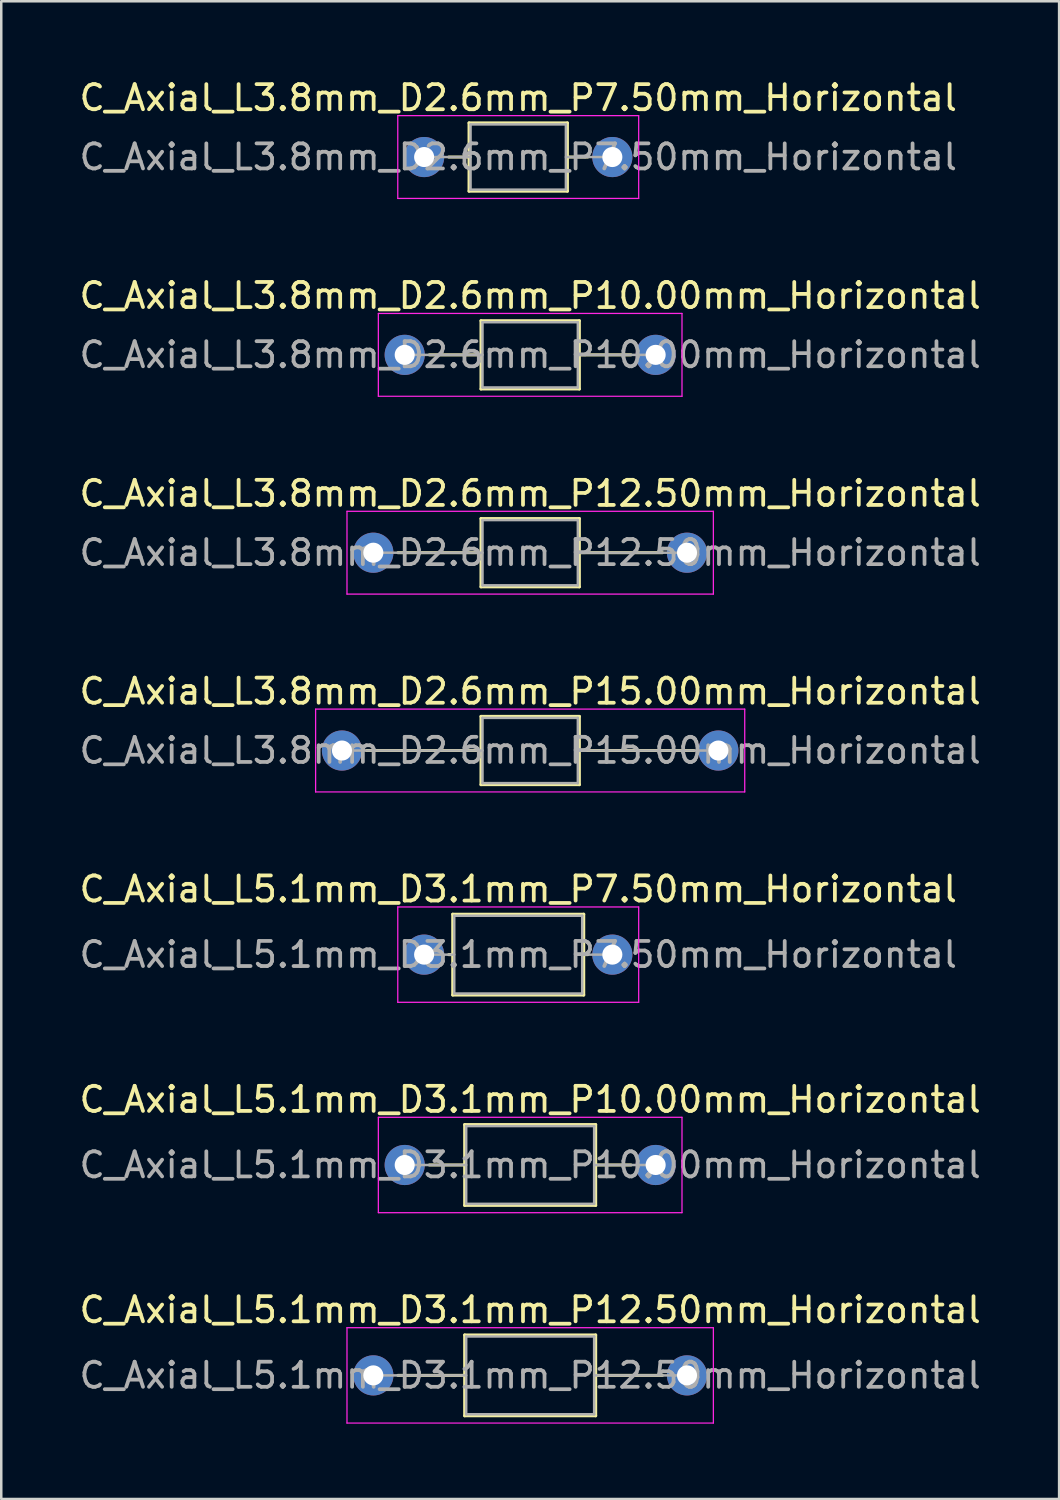
<source format=kicad_pcb>
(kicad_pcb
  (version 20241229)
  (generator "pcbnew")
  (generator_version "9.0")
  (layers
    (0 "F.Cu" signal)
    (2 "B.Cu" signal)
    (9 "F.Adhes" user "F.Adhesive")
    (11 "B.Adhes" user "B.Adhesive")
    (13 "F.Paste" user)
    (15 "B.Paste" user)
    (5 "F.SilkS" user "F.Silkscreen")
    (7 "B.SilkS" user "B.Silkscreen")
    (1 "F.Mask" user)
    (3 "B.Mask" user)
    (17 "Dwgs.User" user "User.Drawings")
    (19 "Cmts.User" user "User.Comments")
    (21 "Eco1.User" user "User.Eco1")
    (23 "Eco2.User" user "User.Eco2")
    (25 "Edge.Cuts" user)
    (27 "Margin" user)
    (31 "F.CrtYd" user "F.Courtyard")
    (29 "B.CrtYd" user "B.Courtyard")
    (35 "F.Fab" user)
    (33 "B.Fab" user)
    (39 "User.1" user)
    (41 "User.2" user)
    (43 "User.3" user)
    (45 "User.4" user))
  (footprint "C_Axial_L5.1mm_D3.1mm_P10.00mm_Horizontal"
    (layer "F.Cu")
    (at 13.077 43.374)
    (property "Reference" "C_Axial_L5.1mm_D3.1mm_P10.00mm_Horizontal" (at 5 -2.61 0) (layer "F.SilkS") (effects (font (size 1 1) (thickness 0.15))))
    (attr through_hole)
    (fp_line (start 0.98 0) (end 2.39 0) (stroke (width 0.12) (type solid)) (layer "F.SilkS"))
    (fp_line (start 2.39 -1.61) (end 2.39 1.61) (stroke (width 0.12) (type solid)) (layer "F.SilkS"))
    (fp_line (start 2.39 1.61) (end 7.61 1.61) (stroke (width 0.12) (type solid)) (layer "F.SilkS"))
    (fp_line (start 7.61 -1.61) (end 2.39 -1.61) (stroke (width 0.12) (type solid)) (layer "F.SilkS"))
    (fp_line (start 7.61 1.61) (end 7.61 -1.61) (stroke (width 0.12) (type solid)) (layer "F.SilkS"))
    (fp_line (start 9.02 0) (end 7.61 0) (stroke (width 0.12) (type solid)) (layer "F.SilkS"))
    (fp_line (start -1.05 -1.9) (end -1.05 1.9) (stroke (width 0.05) (type solid)) (layer "F.CrtYd"))
    (fp_line (start -1.05 1.9) (end 11.05 1.9) (stroke (width 0.05) (type solid)) (layer "F.CrtYd"))
    (fp_line (start 11.05 -1.9) (end -1.05 -1.9) (stroke (width 0.05) (type solid)) (layer "F.CrtYd"))
    (fp_line (start 11.05 1.9) (end 11.05 -1.9) (stroke (width 0.05) (type solid)) (layer "F.CrtYd"))
    (fp_line (start 0 0) (end 2.45 0) (stroke (width 0.1) (type solid)) (layer "F.Fab"))
    (fp_line (start 2.45 -1.55) (end 2.45 1.55) (stroke (width 0.1) (type solid)) (layer "F.Fab"))
    (fp_line (start 2.45 1.55) (end 7.55 1.55) (stroke (width 0.1) (type solid)) (layer "F.Fab"))
    (fp_line (start 7.55 -1.55) (end 2.45 -1.55) (stroke (width 0.1) (type solid)) (layer "F.Fab"))
    (fp_line (start 7.55 1.55) (end 7.55 -1.55) (stroke (width 0.1) (type solid)) (layer "F.Fab"))
    (fp_line (start 10 0) (end 7.55 0) (stroke (width 0.1) (type solid)) (layer "F.Fab"))
    (fp_text user "${REFERENCE}" (at 5 0 0) (layer "F.Fab") (effects (font (size 1 1) (thickness 0.15))))
    (pad "1" thru_hole circle (at 0 0) (size 1.6 1.6) (drill 0.8) (layers "*.Cu" "*.Mask"))
    (pad "2" thru_hole oval (at 10 0) (size 1.6 1.6) (drill 0.8) (layers "*.Cu" "*.Mask")))
  (footprint "C_Axial_L5.1mm_D3.1mm_P12.50mm_Horizontal"
    (layer "F.Cu")
    (at 11.827 51.758)
    (property "Reference" "C_Axial_L5.1mm_D3.1mm_P12.50mm_Horizontal" (at 6.25 -2.61 0) (layer "F.SilkS") (effects (font (size 1 1) (thickness 0.15))))
    (attr through_hole)
    (fp_line (start 0.98 0) (end 3.64 0) (stroke (width 0.12) (type solid)) (layer "F.SilkS"))
    (fp_line (start 3.64 -1.61) (end 3.64 1.61) (stroke (width 0.12) (type solid)) (layer "F.SilkS"))
    (fp_line (start 3.64 1.61) (end 8.86 1.61) (stroke (width 0.12) (type solid)) (layer "F.SilkS"))
    (fp_line (start 8.86 -1.61) (end 3.64 -1.61) (stroke (width 0.12) (type solid)) (layer "F.SilkS"))
    (fp_line (start 8.86 1.61) (end 8.86 -1.61) (stroke (width 0.12) (type solid)) (layer "F.SilkS"))
    (fp_line (start 11.52 0) (end 8.86 0) (stroke (width 0.12) (type solid)) (layer "F.SilkS"))
    (fp_line (start -1.05 -1.9) (end -1.05 1.9) (stroke (width 0.05) (type solid)) (layer "F.CrtYd"))
    (fp_line (start -1.05 1.9) (end 13.55 1.9) (stroke (width 0.05) (type solid)) (layer "F.CrtYd"))
    (fp_line (start 13.55 -1.9) (end -1.05 -1.9) (stroke (width 0.05) (type solid)) (layer "F.CrtYd"))
    (fp_line (start 13.55 1.9) (end 13.55 -1.9) (stroke (width 0.05) (type solid)) (layer "F.CrtYd"))
    (fp_line (start 0 0) (end 3.7 0) (stroke (width 0.1) (type solid)) (layer "F.Fab"))
    (fp_line (start 3.7 -1.55) (end 3.7 1.55) (stroke (width 0.1) (type solid)) (layer "F.Fab"))
    (fp_line (start 3.7 1.55) (end 8.8 1.55) (stroke (width 0.1) (type solid)) (layer "F.Fab"))
    (fp_line (start 8.8 -1.55) (end 3.7 -1.55) (stroke (width 0.1) (type solid)) (layer "F.Fab"))
    (fp_line (start 8.8 1.55) (end 8.8 -1.55) (stroke (width 0.1) (type solid)) (layer "F.Fab"))
    (fp_line (start 12.5 0) (end 8.8 0) (stroke (width 0.1) (type solid)) (layer "F.Fab"))
    (fp_text user "${REFERENCE}" (at 6.25 0 0) (layer "F.Fab") (effects (font (size 1 1) (thickness 0.15))))
    (pad "1" thru_hole circle (at 0 0) (size 1.6 1.6) (drill 0.8) (layers "*.Cu" "*.Mask"))
    (pad "2" thru_hole oval (at 12.5 0) (size 1.6 1.6) (drill 0.8) (layers "*.Cu" "*.Mask")))
  (footprint "C_Axial_L3.8mm_D2.6mm_P15.00mm_Horizontal"
    (layer "F.Cu")
    (at 10.577 26.858)
    (property "Reference" "C_Axial_L3.8mm_D2.6mm_P15.00mm_Horizontal" (at 7.5 -2.36 0) (layer "F.SilkS") (effects (font (size 1 1) (thickness 0.15))))
    (attr through_hole)
    (fp_line (start 0.98 0) (end 5.54 0) (stroke (width 0.12) (type solid)) (layer "F.SilkS"))
    (fp_line (start 5.54 -1.36) (end 5.54 1.36) (stroke (width 0.12) (type solid)) (layer "F.SilkS"))
    (fp_line (start 5.54 1.36) (end 9.46 1.36) (stroke (width 0.12) (type solid)) (layer "F.SilkS"))
    (fp_line (start 9.46 -1.36) (end 5.54 -1.36) (stroke (width 0.12) (type solid)) (layer "F.SilkS"))
    (fp_line (start 9.46 1.36) (end 9.46 -1.36) (stroke (width 0.12) (type solid)) (layer "F.SilkS"))
    (fp_line (start 14.02 0) (end 9.46 0) (stroke (width 0.12) (type solid)) (layer "F.SilkS"))
    (fp_line (start -1.05 -1.65) (end -1.05 1.65) (stroke (width 0.05) (type solid)) (layer "F.CrtYd"))
    (fp_line (start -1.05 1.65) (end 16.05 1.65) (stroke (width 0.05) (type solid)) (layer "F.CrtYd"))
    (fp_line (start 16.05 -1.65) (end -1.05 -1.65) (stroke (width 0.05) (type solid)) (layer "F.CrtYd"))
    (fp_line (start 16.05 1.65) (end 16.05 -1.65) (stroke (width 0.05) (type solid)) (layer "F.CrtYd"))
    (fp_line (start 0 0) (end 5.6 0) (stroke (width 0.1) (type solid)) (layer "F.Fab"))
    (fp_line (start 5.6 -1.3) (end 5.6 1.3) (stroke (width 0.1) (type solid)) (layer "F.Fab"))
    (fp_line (start 5.6 1.3) (end 9.4 1.3) (stroke (width 0.1) (type solid)) (layer "F.Fab"))
    (fp_line (start 9.4 -1.3) (end 5.6 -1.3) (stroke (width 0.1) (type solid)) (layer "F.Fab"))
    (fp_line (start 9.4 1.3) (end 9.4 -1.3) (stroke (width 0.1) (type solid)) (layer "F.Fab"))
    (fp_line (start 15 0) (end 9.4 0) (stroke (width 0.1) (type solid)) (layer "F.Fab"))
    (fp_text user "${REFERENCE}" (at 7.5 0 0) (layer "F.Fab") (effects (font (size 1 1) (thickness 0.15))))
    (pad "1" thru_hole circle (at 0 0) (size 1.6 1.6) (drill 0.8) (layers "*.Cu" "*.Mask"))
    (pad "2" thru_hole oval (at 15 0) (size 1.6 1.6) (drill 0.8) (layers "*.Cu" "*.Mask")))
  (footprint "C_Axial_L3.8mm_D2.6mm_P10.00mm_Horizontal"
    (layer "F.Cu")
    (at 13.077 11.091)
    (property "Reference" "C_Axial_L3.8mm_D2.6mm_P10.00mm_Horizontal" (at 5 -2.36 0) (layer "F.SilkS") (effects (font (size 1 1) (thickness 0.15))))
    (attr through_hole)
    (fp_line (start 0.98 0) (end 3.04 0) (stroke (width 0.12) (type solid)) (layer "F.SilkS"))
    (fp_line (start 3.04 -1.36) (end 3.04 1.36) (stroke (width 0.12) (type solid)) (layer "F.SilkS"))
    (fp_line (start 3.04 1.36) (end 6.96 1.36) (stroke (width 0.12) (type solid)) (layer "F.SilkS"))
    (fp_line (start 6.96 -1.36) (end 3.04 -1.36) (stroke (width 0.12) (type solid)) (layer "F.SilkS"))
    (fp_line (start 6.96 1.36) (end 6.96 -1.36) (stroke (width 0.12) (type solid)) (layer "F.SilkS"))
    (fp_line (start 9.02 0) (end 6.96 0) (stroke (width 0.12) (type solid)) (layer "F.SilkS"))
    (fp_line (start -1.05 -1.65) (end -1.05 1.65) (stroke (width 0.05) (type solid)) (layer "F.CrtYd"))
    (fp_line (start -1.05 1.65) (end 11.05 1.65) (stroke (width 0.05) (type solid)) (layer "F.CrtYd"))
    (fp_line (start 11.05 -1.65) (end -1.05 -1.65) (stroke (width 0.05) (type solid)) (layer "F.CrtYd"))
    (fp_line (start 11.05 1.65) (end 11.05 -1.65) (stroke (width 0.05) (type solid)) (layer "F.CrtYd"))
    (fp_line (start 0 0) (end 3.1 0) (stroke (width 0.1) (type solid)) (layer "F.Fab"))
    (fp_line (start 3.1 -1.3) (end 3.1 1.3) (stroke (width 0.1) (type solid)) (layer "F.Fab"))
    (fp_line (start 3.1 1.3) (end 6.9 1.3) (stroke (width 0.1) (type solid)) (layer "F.Fab"))
    (fp_line (start 6.9 -1.3) (end 3.1 -1.3) (stroke (width 0.1) (type solid)) (layer "F.Fab"))
    (fp_line (start 6.9 1.3) (end 6.9 -1.3) (stroke (width 0.1) (type solid)) (layer "F.Fab"))
    (fp_line (start 10 0) (end 6.9 0) (stroke (width 0.1) (type solid)) (layer "F.Fab"))
    (fp_text user "${REFERENCE}" (at 5 0 0) (layer "F.Fab") (effects (font (size 1 1) (thickness 0.15))))
    (pad "1" thru_hole circle (at 0 0) (size 1.6 1.6) (drill 0.8) (layers "*.Cu" "*.Mask"))
    (pad "2" thru_hole oval (at 10 0) (size 1.6 1.6) (drill 0.8) (layers "*.Cu" "*.Mask")))
  (footprint "C_Axial_L3.8mm_D2.6mm_P12.50mm_Horizontal"
    (layer "F.Cu")
    (at 11.827 18.975)
    (property "Reference" "C_Axial_L3.8mm_D2.6mm_P12.50mm_Horizontal" (at 6.25 -2.36 0) (layer "F.SilkS") (effects (font (size 1 1) (thickness 0.15))))
    (attr through_hole)
    (fp_line (start 0.98 0) (end 4.29 0) (stroke (width 0.12) (type solid)) (layer "F.SilkS"))
    (fp_line (start 4.29 -1.36) (end 4.29 1.36) (stroke (width 0.12) (type solid)) (layer "F.SilkS"))
    (fp_line (start 4.29 1.36) (end 8.21 1.36) (stroke (width 0.12) (type solid)) (layer "F.SilkS"))
    (fp_line (start 8.21 -1.36) (end 4.29 -1.36) (stroke (width 0.12) (type solid)) (layer "F.SilkS"))
    (fp_line (start 8.21 1.36) (end 8.21 -1.36) (stroke (width 0.12) (type solid)) (layer "F.SilkS"))
    (fp_line (start 11.52 0) (end 8.21 0) (stroke (width 0.12) (type solid)) (layer "F.SilkS"))
    (fp_line (start -1.05 -1.65) (end -1.05 1.65) (stroke (width 0.05) (type solid)) (layer "F.CrtYd"))
    (fp_line (start -1.05 1.65) (end 13.55 1.65) (stroke (width 0.05) (type solid)) (layer "F.CrtYd"))
    (fp_line (start 13.55 -1.65) (end -1.05 -1.65) (stroke (width 0.05) (type solid)) (layer "F.CrtYd"))
    (fp_line (start 13.55 1.65) (end 13.55 -1.65) (stroke (width 0.05) (type solid)) (layer "F.CrtYd"))
    (fp_line (start 0 0) (end 4.35 0) (stroke (width 0.1) (type solid)) (layer "F.Fab"))
    (fp_line (start 4.35 -1.3) (end 4.35 1.3) (stroke (width 0.1) (type solid)) (layer "F.Fab"))
    (fp_line (start 4.35 1.3) (end 8.15 1.3) (stroke (width 0.1) (type solid)) (layer "F.Fab"))
    (fp_line (start 8.15 -1.3) (end 4.35 -1.3) (stroke (width 0.1) (type solid)) (layer "F.Fab"))
    (fp_line (start 8.15 1.3) (end 8.15 -1.3) (stroke (width 0.1) (type solid)) (layer "F.Fab"))
    (fp_line (start 12.5 0) (end 8.15 0) (stroke (width 0.1) (type solid)) (layer "F.Fab"))
    (fp_text user "${REFERENCE}" (at 6.25 0 0) (layer "F.Fab") (effects (font (size 1 1) (thickness 0.15))))
    (pad "1" thru_hole circle (at 0 0) (size 1.6 1.6) (drill 0.8) (layers "*.Cu" "*.Mask"))
    (pad "2" thru_hole oval (at 12.5 0) (size 1.6 1.6) (drill 0.8) (layers "*.Cu" "*.Mask")))
  (footprint "C_Axial_L5.1mm_D3.1mm_P7.50mm_Horizontal"
    (layer "F.Cu")
    (at 13.851 34.991)
    (property "Reference" "C_Axial_L5.1mm_D3.1mm_P7.50mm_Horizontal" (at 3.75 -2.61 0) (layer "F.SilkS") (effects (font (size 1 1) (thickness 0.15))))
    (attr through_hole)
    (fp_line (start 0.98 0) (end 1.14 0) (stroke (width 0.12) (type solid)) (layer "F.SilkS"))
    (fp_line (start 1.14 -1.61) (end 1.14 1.61) (stroke (width 0.12) (type solid)) (layer "F.SilkS"))
    (fp_line (start 1.14 1.61) (end 6.36 1.61) (stroke (width 0.12) (type solid)) (layer "F.SilkS"))
    (fp_line (start 6.36 -1.61) (end 1.14 -1.61) (stroke (width 0.12) (type solid)) (layer "F.SilkS"))
    (fp_line (start 6.36 1.61) (end 6.36 -1.61) (stroke (width 0.12) (type solid)) (layer "F.SilkS"))
    (fp_line (start 6.52 0) (end 6.36 0) (stroke (width 0.12) (type solid)) (layer "F.SilkS"))
    (fp_line (start -1.05 -1.9) (end -1.05 1.9) (stroke (width 0.05) (type solid)) (layer "F.CrtYd"))
    (fp_line (start -1.05 1.9) (end 8.55 1.9) (stroke (width 0.05) (type solid)) (layer "F.CrtYd"))
    (fp_line (start 8.55 -1.9) (end -1.05 -1.9) (stroke (width 0.05) (type solid)) (layer "F.CrtYd"))
    (fp_line (start 8.55 1.9) (end 8.55 -1.9) (stroke (width 0.05) (type solid)) (layer "F.CrtYd"))
    (fp_line (start 0 0) (end 1.2 0) (stroke (width 0.1) (type solid)) (layer "F.Fab"))
    (fp_line (start 1.2 -1.55) (end 1.2 1.55) (stroke (width 0.1) (type solid)) (layer "F.Fab"))
    (fp_line (start 1.2 1.55) (end 6.3 1.55) (stroke (width 0.1) (type solid)) (layer "F.Fab"))
    (fp_line (start 6.3 -1.55) (end 1.2 -1.55) (stroke (width 0.1) (type solid)) (layer "F.Fab"))
    (fp_line (start 6.3 1.55) (end 6.3 -1.55) (stroke (width 0.1) (type solid)) (layer "F.Fab"))
    (fp_line (start 7.5 0) (end 6.3 0) (stroke (width 0.1) (type solid)) (layer "F.Fab"))
    (fp_text user "${REFERENCE}" (at 3.75 0 0) (layer "F.Fab") (effects (font (size 1 1) (thickness 0.15))))
    (pad "1" thru_hole circle (at 0 0) (size 1.6 1.6) (drill 0.8) (layers "*.Cu" "*.Mask"))
    (pad "2" thru_hole oval (at 7.5 0) (size 1.6 1.6) (drill 0.8) (layers "*.Cu" "*.Mask")))
  (footprint "C_Axial_L3.8mm_D2.6mm_P7.50mm_Horizontal"
    (layer "F.Cu")
    (at 13.851 3.208)
    (property "Reference" "C_Axial_L3.8mm_D2.6mm_P7.50mm_Horizontal" (at 3.75 -2.36 0) (layer "F.SilkS") (effects (font (size 1 1) (thickness 0.15))))
    (attr through_hole)
    (fp_line (start 0.98 0) (end 1.79 0) (stroke (width 0.12) (type solid)) (layer "F.SilkS"))
    (fp_line (start 1.79 -1.36) (end 1.79 1.36) (stroke (width 0.12) (type solid)) (layer "F.SilkS"))
    (fp_line (start 1.79 1.36) (end 5.71 1.36) (stroke (width 0.12) (type solid)) (layer "F.SilkS"))
    (fp_line (start 5.71 -1.36) (end 1.79 -1.36) (stroke (width 0.12) (type solid)) (layer "F.SilkS"))
    (fp_line (start 5.71 1.36) (end 5.71 -1.36) (stroke (width 0.12) (type solid)) (layer "F.SilkS"))
    (fp_line (start 6.52 0) (end 5.71 0) (stroke (width 0.12) (type solid)) (layer "F.SilkS"))
    (fp_line (start -1.05 -1.65) (end -1.05 1.65) (stroke (width 0.05) (type solid)) (layer "F.CrtYd"))
    (fp_line (start -1.05 1.65) (end 8.55 1.65) (stroke (width 0.05) (type solid)) (layer "F.CrtYd"))
    (fp_line (start 8.55 -1.65) (end -1.05 -1.65) (stroke (width 0.05) (type solid)) (layer "F.CrtYd"))
    (fp_line (start 8.55 1.65) (end 8.55 -1.65) (stroke (width 0.05) (type solid)) (layer "F.CrtYd"))
    (fp_line (start 0 0) (end 1.85 0) (stroke (width 0.1) (type solid)) (layer "F.Fab"))
    (fp_line (start 1.85 -1.3) (end 1.85 1.3) (stroke (width 0.1) (type solid)) (layer "F.Fab"))
    (fp_line (start 1.85 1.3) (end 5.65 1.3) (stroke (width 0.1) (type solid)) (layer "F.Fab"))
    (fp_line (start 5.65 -1.3) (end 1.85 -1.3) (stroke (width 0.1) (type solid)) (layer "F.Fab"))
    (fp_line (start 5.65 1.3) (end 5.65 -1.3) (stroke (width 0.1) (type solid)) (layer "F.Fab"))
    (fp_line (start 7.5 0) (end 5.65 0) (stroke (width 0.1) (type solid)) (layer "F.Fab"))
    (fp_text user "${REFERENCE}" (at 3.75 0 0) (layer "F.Fab") (effects (font (size 1 1) (thickness 0.15))))
    (pad "1" thru_hole circle (at 0 0) (size 1.6 1.6) (drill 0.8) (layers "*.Cu" "*.Mask"))
    (pad "2" thru_hole oval (at 7.5 0) (size 1.6 1.6) (drill 0.8) (layers "*.Cu" "*.Mask")))
  (gr_rect
    (start -3 -3)
    (end 39.155 56.683)
    (stroke (width 0.1) (type default))
    (fill no)
    (layer "Edge.Cuts")))
</source>
